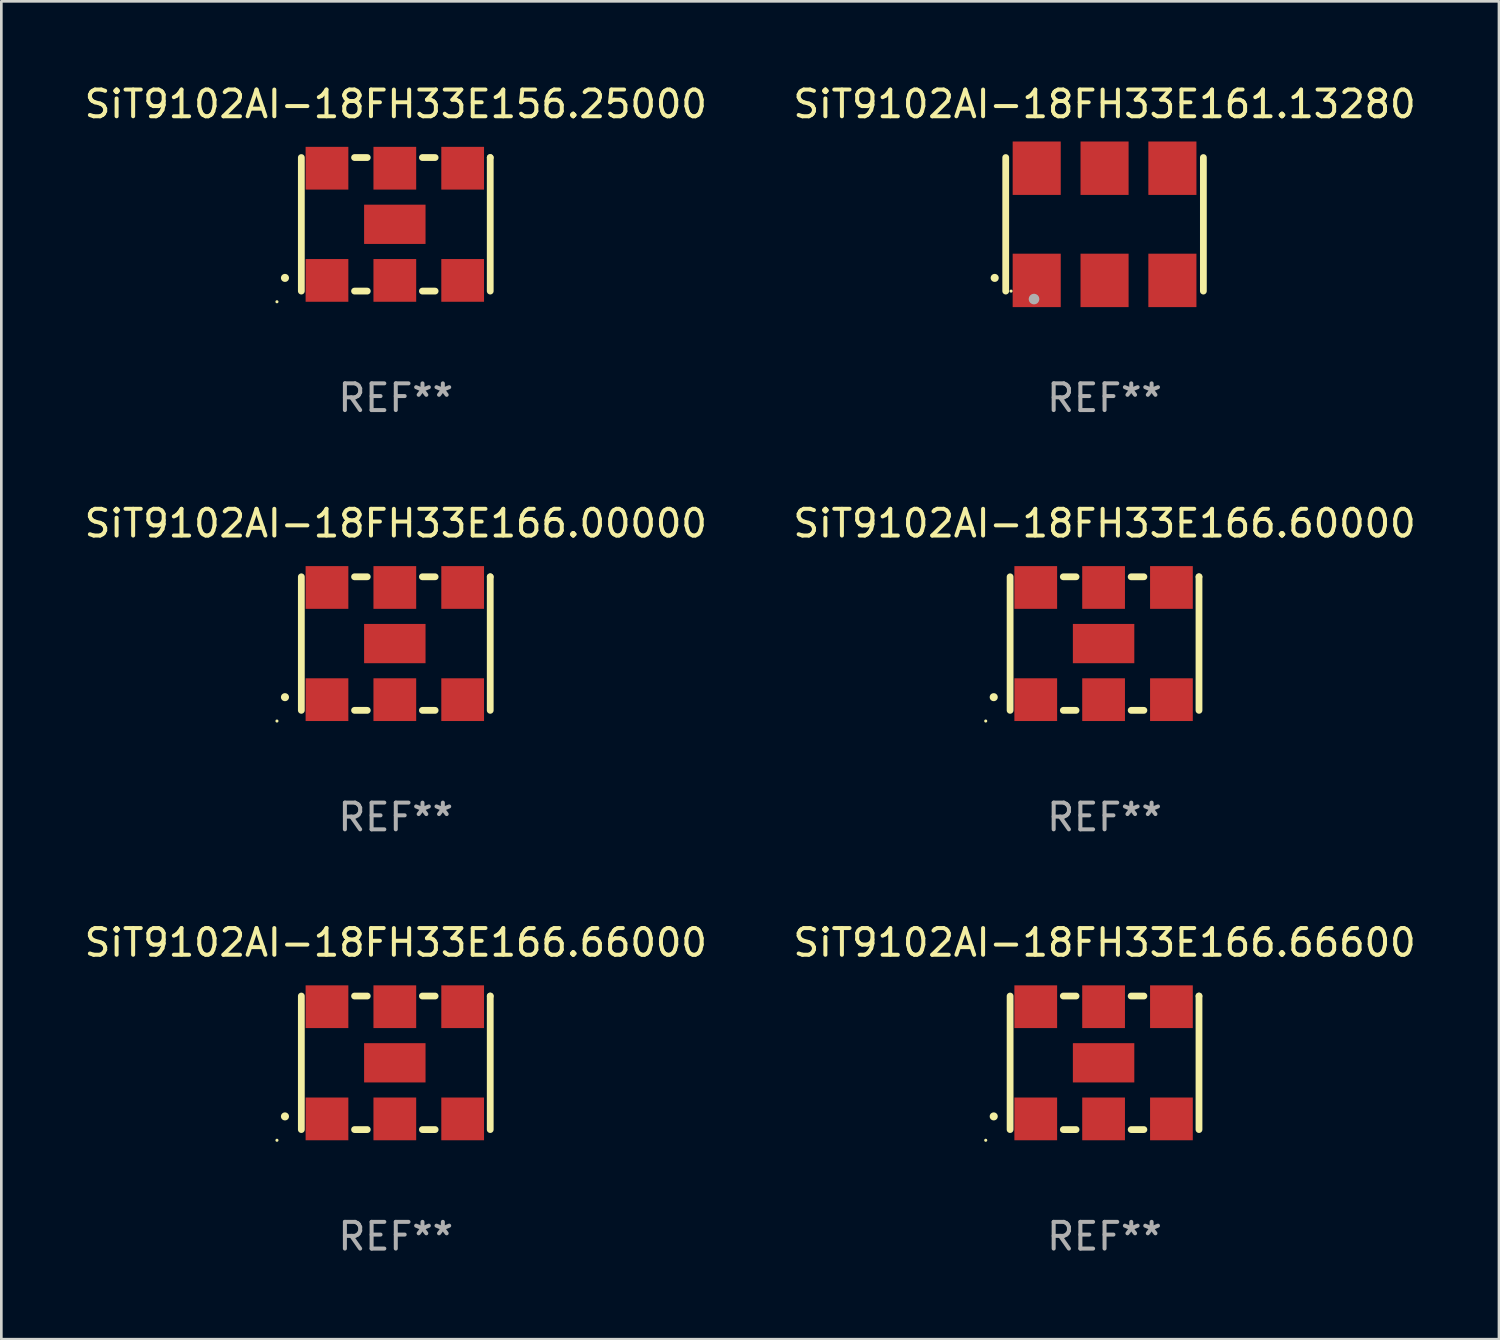
<source format=kicad_pcb>
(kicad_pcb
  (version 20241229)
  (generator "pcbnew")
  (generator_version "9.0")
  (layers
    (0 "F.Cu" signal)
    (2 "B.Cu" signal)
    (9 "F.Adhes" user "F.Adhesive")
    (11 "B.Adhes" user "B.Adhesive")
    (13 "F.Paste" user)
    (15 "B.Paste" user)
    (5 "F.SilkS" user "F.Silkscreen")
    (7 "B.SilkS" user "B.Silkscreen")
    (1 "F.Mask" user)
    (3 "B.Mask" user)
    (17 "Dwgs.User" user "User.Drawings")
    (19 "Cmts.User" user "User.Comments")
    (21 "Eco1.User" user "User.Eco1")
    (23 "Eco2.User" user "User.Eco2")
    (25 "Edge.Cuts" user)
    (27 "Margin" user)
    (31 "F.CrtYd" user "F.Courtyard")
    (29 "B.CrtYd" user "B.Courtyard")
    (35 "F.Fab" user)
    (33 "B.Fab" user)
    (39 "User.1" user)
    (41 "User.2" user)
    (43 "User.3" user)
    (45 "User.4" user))
  (footprint "SiT9102AI-18FH33E156.25000"
    (layer "F.Cu")
    (at 11.768 5.348)
    (property "Reference" "SiT9102AI-18FH33E156.25000" (at 0 -4.5 0) (layer "F.SilkS") (effects (font (size 1 1) (thickness 0.15))))
    (attr through_hole)
    (fp_line (start -3.536 -2.5) (end -3.536 2.5) (stroke (width 0.254) (type solid)) (layer "F.SilkS"))
    (fp_line (start -1.544 2.5) (end -1.067 2.5) (stroke (width 0.254) (type solid)) (layer "F.SilkS"))
    (fp_line (start -1.067 -2.5) (end -1.544 -2.5) (stroke (width 0.254) (type solid)) (layer "F.SilkS"))
    (fp_line (start 0.996 2.5) (end 1.473 2.5) (stroke (width 0.254) (type solid)) (layer "F.SilkS"))
    (fp_line (start 1.473 -2.5) (end 0.996 -2.5) (stroke (width 0.254) (type solid)) (layer "F.SilkS"))
    (fp_line (start 3.536 -2.5) (end 3.536 -2.5) (stroke (width 0.254) (type solid)) (layer "F.SilkS"))
    (fp_line (start 3.536 2.5) (end 3.536 -2.5) (stroke (width 0.254) (type solid)) (layer "F.SilkS"))
    (fp_arc (start -4.150432 2.006604) (mid -4.149162 2.006599) (end -4.147892 2.006604) (stroke (width 0.3) (type solid)) (layer "F.SilkS"))
    (fp_circle (center -4.449 2.9) (end -4.419 2.9) (stroke (width 0.06) (type solid)) (fill no) (layer "F.SilkS"))
    (fp_text user "REF**" (at 0 6.5 0) (layer "F.Fab") (effects (font (size 1 1) (thickness 0.15))))
    (pad "1" smd rect (at -2.576 2.1) (size 1.6 1.6) (layers "F.Cu" "F.Mask" "F.Paste"))
    (pad "2" smd rect (at -0.036 2.1) (size 1.6 1.6) (layers "F.Cu" "F.Mask" "F.Paste"))
    (pad "3" smd rect (at 2.504 2.1) (size 1.6 1.6) (layers "F.Cu" "F.Mask" "F.Paste"))
    (pad "4" smd rect (at 2.504 -2.1) (size 1.6 1.6) (layers "F.Cu" "F.Mask" "F.Paste"))
    (pad "5" smd rect (at -0.036 -2.1) (size 1.6 1.6) (layers "F.Cu" "F.Mask" "F.Paste"))
    (pad "6" smd rect (at -2.576 -2.1) (size 1.6 1.6) (layers "F.Cu" "F.Mask" "F.Paste"))
    (pad "7" smd rect (at -0.036 0) (size 2.3 1.47) (layers "F.Cu" "F.Mask" "F.Paste")))
  (footprint "SiT9102AI-18FH33E166.66600"
    (layer "F.Cu")
    (at 38.304 36.741)
    (property "Reference" "SiT9102AI-18FH33E166.66600" (at 0 -4.5 0) (layer "F.SilkS") (effects (font (size 1 1) (thickness 0.15))))
    (attr through_hole)
    (fp_line (start -3.536 -2.5) (end -3.536 2.5) (stroke (width 0.254) (type solid)) (layer "F.SilkS"))
    (fp_line (start -1.544 2.5) (end -1.067 2.5) (stroke (width 0.254) (type solid)) (layer "F.SilkS"))
    (fp_line (start -1.067 -2.5) (end -1.544 -2.5) (stroke (width 0.254) (type solid)) (layer "F.SilkS"))
    (fp_line (start 0.996 2.5) (end 1.473 2.5) (stroke (width 0.254) (type solid)) (layer "F.SilkS"))
    (fp_line (start 1.473 -2.5) (end 0.996 -2.5) (stroke (width 0.254) (type solid)) (layer "F.SilkS"))
    (fp_line (start 3.536 -2.5) (end 3.536 -2.5) (stroke (width 0.254) (type solid)) (layer "F.SilkS"))
    (fp_line (start 3.536 2.5) (end 3.536 -2.5) (stroke (width 0.254) (type solid)) (layer "F.SilkS"))
    (fp_arc (start -4.150432 2.006604) (mid -4.149162 2.006599) (end -4.147892 2.006604) (stroke (width 0.3) (type solid)) (layer "F.SilkS"))
    (fp_circle (center -4.449 2.9) (end -4.419 2.9) (stroke (width 0.06) (type solid)) (fill no) (layer "F.SilkS"))
    (fp_text user "REF**" (at 0 6.5 0) (layer "F.Fab") (effects (font (size 1 1) (thickness 0.15))))
    (pad "1" smd rect (at -2.576 2.1) (size 1.6 1.6) (layers "F.Cu" "F.Mask" "F.Paste"))
    (pad "2" smd rect (at -0.036 2.1) (size 1.6 1.6) (layers "F.Cu" "F.Mask" "F.Paste"))
    (pad "3" smd rect (at 2.504 2.1) (size 1.6 1.6) (layers "F.Cu" "F.Mask" "F.Paste"))
    (pad "4" smd rect (at 2.504 -2.1) (size 1.6 1.6) (layers "F.Cu" "F.Mask" "F.Paste"))
    (pad "5" smd rect (at -0.036 -2.1) (size 1.6 1.6) (layers "F.Cu" "F.Mask" "F.Paste"))
    (pad "6" smd rect (at -2.576 -2.1) (size 1.6 1.6) (layers "F.Cu" "F.Mask" "F.Paste"))
    (pad "7" smd rect (at -0.036 0) (size 2.3 1.47) (layers "F.Cu" "F.Mask" "F.Paste")))
  (footprint "SiT9102AI-18FH33E161.13280"
    (layer "F.Cu")
    (at 38.304 5.348)
    (property "Reference" "SiT9102AI-18FH33E161.13280" (at 0 -4.5 0) (layer "F.SilkS") (effects (font (size 1 1) (thickness 0.15))))
    (attr through_hole)
    (fp_line (start -3.7 -2.5) (end -3.7 2.5) (stroke (width 0.254) (type solid)) (layer "F.SilkS"))
    (fp_line (start 3.7 -2.5) (end 3.7 2.5) (stroke (width 0.254) (type solid)) (layer "F.SilkS"))
    (fp_arc (start -4.114415 2.006604) (mid -4.113145 2.006599) (end -4.111875 2.006604) (stroke (width 0.3) (type solid)) (layer "F.SilkS"))
    (fp_circle (center -3.5 2.501) (end -3.47 2.501) (stroke (width 0.06) (type solid)) (fill no) (layer "F.SilkS"))
    (fp_circle (center -2.641 2.799) (end -2.541 2.799) (stroke (width 0.2) (type solid)) (fill no) (layer "F.Fab"))
    (fp_text user "REF**" (at 0 6.5 0) (layer "F.Fab") (effects (font (size 1 1) (thickness 0.15))))
    (pad "1" smd rect (at -2.54 2.1) (size 1.8 2) (layers "F.Cu" "F.Mask" "F.Paste"))
    (pad "2" smd rect (at 0.000394 2.1) (size 1.8 2) (layers "F.Cu" "F.Mask" "F.Paste"))
    (pad "3" smd rect (at 2.54 2.1) (size 1.8 2) (layers "F.Cu" "F.Mask" "F.Paste"))
    (pad "4" smd rect (at 2.54 -2.1) (size 1.8 2) (layers "F.Cu" "F.Mask" "F.Paste"))
    (pad "5" smd rect (at 0.000394 -2.1) (size 1.8 2) (layers "F.Cu" "F.Mask" "F.Paste"))
    (pad "6" smd rect (at -2.54 -2.1) (size 1.8 2) (layers "F.Cu" "F.Mask" "F.Paste")))
  (footprint "SiT9102AI-18FH33E166.66000"
    (layer "F.Cu")
    (at 11.768 36.741)
    (property "Reference" "SiT9102AI-18FH33E166.66000" (at 0 -4.5 0) (layer "F.SilkS") (effects (font (size 1 1) (thickness 0.15))))
    (attr through_hole)
    (fp_line (start -3.536 -2.5) (end -3.536 2.5) (stroke (width 0.254) (type solid)) (layer "F.SilkS"))
    (fp_line (start -1.544 2.5) (end -1.067 2.5) (stroke (width 0.254) (type solid)) (layer "F.SilkS"))
    (fp_line (start -1.067 -2.5) (end -1.544 -2.5) (stroke (width 0.254) (type solid)) (layer "F.SilkS"))
    (fp_line (start 0.996 2.5) (end 1.473 2.5) (stroke (width 0.254) (type solid)) (layer "F.SilkS"))
    (fp_line (start 1.473 -2.5) (end 0.996 -2.5) (stroke (width 0.254) (type solid)) (layer "F.SilkS"))
    (fp_line (start 3.536 -2.5) (end 3.536 -2.5) (stroke (width 0.254) (type solid)) (layer "F.SilkS"))
    (fp_line (start 3.536 2.5) (end 3.536 -2.5) (stroke (width 0.254) (type solid)) (layer "F.SilkS"))
    (fp_arc (start -4.150432 2.006604) (mid -4.149162 2.006599) (end -4.147892 2.006604) (stroke (width 0.3) (type solid)) (layer "F.SilkS"))
    (fp_circle (center -4.449 2.9) (end -4.419 2.9) (stroke (width 0.06) (type solid)) (fill no) (layer "F.SilkS"))
    (fp_text user "REF**" (at 0 6.5 0) (layer "F.Fab") (effects (font (size 1 1) (thickness 0.15))))
    (pad "1" smd rect (at -2.576 2.1) (size 1.6 1.6) (layers "F.Cu" "F.Mask" "F.Paste"))
    (pad "2" smd rect (at -0.036 2.1) (size 1.6 1.6) (layers "F.Cu" "F.Mask" "F.Paste"))
    (pad "3" smd rect (at 2.504 2.1) (size 1.6 1.6) (layers "F.Cu" "F.Mask" "F.Paste"))
    (pad "4" smd rect (at 2.504 -2.1) (size 1.6 1.6) (layers "F.Cu" "F.Mask" "F.Paste"))
    (pad "5" smd rect (at -0.036 -2.1) (size 1.6 1.6) (layers "F.Cu" "F.Mask" "F.Paste"))
    (pad "6" smd rect (at -2.576 -2.1) (size 1.6 1.6) (layers "F.Cu" "F.Mask" "F.Paste"))
    (pad "7" smd rect (at -0.036 0) (size 2.3 1.47) (layers "F.Cu" "F.Mask" "F.Paste")))
  (footprint "SiT9102AI-18FH33E166.00000"
    (layer "F.Cu")
    (at 11.768 21.045)
    (property "Reference" "SiT9102AI-18FH33E166.00000" (at 0 -4.5 0) (layer "F.SilkS") (effects (font (size 1 1) (thickness 0.15))))
    (attr through_hole)
    (fp_line (start -3.536 -2.5) (end -3.536 2.5) (stroke (width 0.254) (type solid)) (layer "F.SilkS"))
    (fp_line (start -1.544 2.5) (end -1.067 2.5) (stroke (width 0.254) (type solid)) (layer "F.SilkS"))
    (fp_line (start -1.067 -2.5) (end -1.544 -2.5) (stroke (width 0.254) (type solid)) (layer "F.SilkS"))
    (fp_line (start 0.996 2.5) (end 1.473 2.5) (stroke (width 0.254) (type solid)) (layer "F.SilkS"))
    (fp_line (start 1.473 -2.5) (end 0.996 -2.5) (stroke (width 0.254) (type solid)) (layer "F.SilkS"))
    (fp_line (start 3.536 -2.5) (end 3.536 -2.5) (stroke (width 0.254) (type solid)) (layer "F.SilkS"))
    (fp_line (start 3.536 2.5) (end 3.536 -2.5) (stroke (width 0.254) (type solid)) (layer "F.SilkS"))
    (fp_arc (start -4.150432 2.006604) (mid -4.149162 2.006599) (end -4.147892 2.006604) (stroke (width 0.3) (type solid)) (layer "F.SilkS"))
    (fp_circle (center -4.449 2.9) (end -4.419 2.9) (stroke (width 0.06) (type solid)) (fill no) (layer "F.SilkS"))
    (fp_text user "REF**" (at 0 6.5 0) (layer "F.Fab") (effects (font (size 1 1) (thickness 0.15))))
    (pad "1" smd rect (at -2.576 2.1) (size 1.6 1.6) (layers "F.Cu" "F.Mask" "F.Paste"))
    (pad "2" smd rect (at -0.036 2.1) (size 1.6 1.6) (layers "F.Cu" "F.Mask" "F.Paste"))
    (pad "3" smd rect (at 2.504 2.1) (size 1.6 1.6) (layers "F.Cu" "F.Mask" "F.Paste"))
    (pad "4" smd rect (at 2.504 -2.1) (size 1.6 1.6) (layers "F.Cu" "F.Mask" "F.Paste"))
    (pad "5" smd rect (at -0.036 -2.1) (size 1.6 1.6) (layers "F.Cu" "F.Mask" "F.Paste"))
    (pad "6" smd rect (at -2.576 -2.1) (size 1.6 1.6) (layers "F.Cu" "F.Mask" "F.Paste"))
    (pad "7" smd rect (at -0.036 0) (size 2.3 1.47) (layers "F.Cu" "F.Mask" "F.Paste")))
  (footprint "SiT9102AI-18FH33E166.60000"
    (layer "F.Cu")
    (at 38.304 21.045)
    (property "Reference" "SiT9102AI-18FH33E166.60000" (at 0 -4.5 0) (layer "F.SilkS") (effects (font (size 1 1) (thickness 0.15))))
    (attr through_hole)
    (fp_line (start -3.536 -2.5) (end -3.536 2.5) (stroke (width 0.254) (type solid)) (layer "F.SilkS"))
    (fp_line (start -1.544 2.5) (end -1.067 2.5) (stroke (width 0.254) (type solid)) (layer "F.SilkS"))
    (fp_line (start -1.067 -2.5) (end -1.544 -2.5) (stroke (width 0.254) (type solid)) (layer "F.SilkS"))
    (fp_line (start 0.996 2.5) (end 1.473 2.5) (stroke (width 0.254) (type solid)) (layer "F.SilkS"))
    (fp_line (start 1.473 -2.5) (end 0.996 -2.5) (stroke (width 0.254) (type solid)) (layer "F.SilkS"))
    (fp_line (start 3.536 -2.5) (end 3.536 -2.5) (stroke (width 0.254) (type solid)) (layer "F.SilkS"))
    (fp_line (start 3.536 2.5) (end 3.536 -2.5) (stroke (width 0.254) (type solid)) (layer "F.SilkS"))
    (fp_arc (start -4.150432 2.006604) (mid -4.149162 2.006599) (end -4.147892 2.006604) (stroke (width 0.3) (type solid)) (layer "F.SilkS"))
    (fp_circle (center -4.449 2.9) (end -4.419 2.9) (stroke (width 0.06) (type solid)) (fill no) (layer "F.SilkS"))
    (fp_text user "REF**" (at 0 6.5 0) (layer "F.Fab") (effects (font (size 1 1) (thickness 0.15))))
    (pad "1" smd rect (at -2.576 2.1) (size 1.6 1.6) (layers "F.Cu" "F.Mask" "F.Paste"))
    (pad "2" smd rect (at -0.036 2.1) (size 1.6 1.6) (layers "F.Cu" "F.Mask" "F.Paste"))
    (pad "3" smd rect (at 2.504 2.1) (size 1.6 1.6) (layers "F.Cu" "F.Mask" "F.Paste"))
    (pad "4" smd rect (at 2.504 -2.1) (size 1.6 1.6) (layers "F.Cu" "F.Mask" "F.Paste"))
    (pad "5" smd rect (at -0.036 -2.1) (size 1.6 1.6) (layers "F.Cu" "F.Mask" "F.Paste"))
    (pad "6" smd rect (at -2.576 -2.1) (size 1.6 1.6) (layers "F.Cu" "F.Mask" "F.Paste"))
    (pad "7" smd rect (at -0.036 0) (size 2.3 1.47) (layers "F.Cu" "F.Mask" "F.Paste")))
  (gr_rect
    (start -3 -3)
    (end 53.071 47.09)
    (stroke (width 0.1) (type default))
    (fill no)
    (layer "Edge.Cuts")))
</source>
